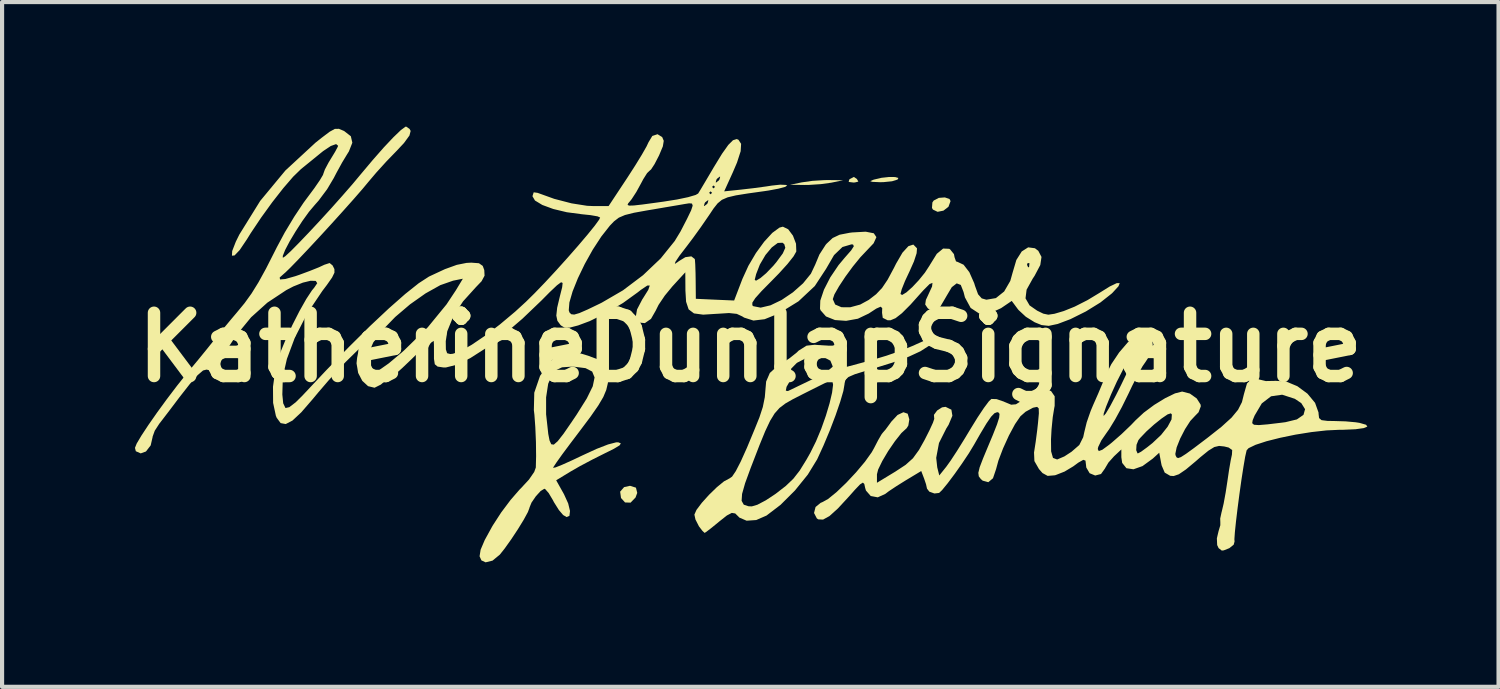
<source format=kicad_pcb>
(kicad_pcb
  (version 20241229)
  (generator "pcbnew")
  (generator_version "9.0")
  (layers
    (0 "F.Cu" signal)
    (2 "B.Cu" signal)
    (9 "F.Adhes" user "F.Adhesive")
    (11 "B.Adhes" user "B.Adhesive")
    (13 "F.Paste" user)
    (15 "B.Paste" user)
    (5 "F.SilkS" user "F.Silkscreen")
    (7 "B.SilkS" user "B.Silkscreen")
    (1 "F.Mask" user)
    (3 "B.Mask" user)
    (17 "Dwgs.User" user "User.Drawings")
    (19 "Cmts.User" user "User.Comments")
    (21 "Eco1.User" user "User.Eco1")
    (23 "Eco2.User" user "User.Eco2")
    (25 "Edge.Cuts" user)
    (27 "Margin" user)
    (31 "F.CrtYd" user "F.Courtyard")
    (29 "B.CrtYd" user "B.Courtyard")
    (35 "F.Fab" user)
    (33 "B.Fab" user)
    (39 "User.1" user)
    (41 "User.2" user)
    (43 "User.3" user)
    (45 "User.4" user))
  (footprint "KatherineDunlapSignature"
    (layer "F.Cu")
    (at 15.03 5.321)
    (property "Reference" "KatherineDunlapSignature" (at 0 0 0) (layer "F.SilkS") (effects (font (size 1.524 1.524) (thickness 0.3))))
    (attr board_only exclude_from_pos_files exclude_from_bom)
    (fp_poly (pts (xy 2.568 -4.058) (xy 2.603 -3.995) (xy 2.517 -3.974) (xy 2.483 -3.973) (xy 2.37 -3.987) (xy 2.382 -4.041) (xy 2.398 -4.058) (xy 2.495 -4.107)) (stroke (width 0) (type solid)) (fill yes) (layer "F.SilkS"))
    (fp_poly (pts (xy -2.756 3.38) (xy -2.725 3.506) (xy -2.766 3.617) (xy -2.886 3.741) (xy -3.019 3.736) (xy -3.116 3.629) (xy -3.137 3.476) (xy -3.042 3.367) (xy -2.899 3.335)) (stroke (width 0) (type solid)) (fill yes) (layer "F.SilkS"))
    (fp_poly (pts (xy 2.235 -4.028) (xy 1.951 -3.969) (xy 1.699 -3.934) (xy 1.407 -3.915) (xy 1.313 -3.914) (xy 0.958 -3.919) (xy 1.242 -3.977) (xy 1.494 -4.013) (xy 1.786 -4.031) (xy 1.88 -4.032)) (stroke (width 0) (type solid)) (fill yes) (layer "F.SilkS"))
    (fp_poly (pts (xy 4.799 -3.576) (xy 4.825 -3.526) (xy 4.774 -3.388) (xy 4.653 -3.295) (xy 4.512 -3.267) (xy 4.4 -3.321) (xy 4.377 -3.361) (xy 4.387 -3.493) (xy 4.419 -3.539) (xy 4.541 -3.603) (xy 4.688 -3.614)) (stroke (width 0) (type solid)) (fill yes) (layer "F.SilkS"))
    (fp_poly (pts (xy 3.488 -4.105) (xy 3.568 -4.083) (xy 3.547 -4.044) (xy 3.414 -4.003) (xy 3.206 -3.982) (xy 3.122 -3.981) (xy 2.942 -3.989) (xy 2.89 -4.005) (xy 2.956 -4.036) (xy 2.98 -4.044) (xy 3.158 -4.086) (xy 3.34 -4.106)) (stroke (width 0) (type solid)) (fill yes) (layer "F.SilkS"))
    (fp_poly (pts (xy -4.108 0.14) (xy -3.91 0.2) (xy -3.635 0.304) (xy -3.479 0.424) (xy -3.418 0.592) (xy -3.43 0.84) (xy -3.435 0.871) (xy -3.472 1.027) (xy -3.543 1.196) (xy -3.665 1.402) (xy -3.849 1.667) (xy -4.111 2.017) (xy -4.119 2.027) (xy -4.342 2.322) (xy -4.532 2.577) (xy -4.671 2.772) (xy -4.745 2.884) (xy -4.754 2.902) (xy -4.694 2.892) (xy -4.534 2.828) (xy -4.298 2.722) (xy -4.049 2.604) (xy -3.706 2.446) (xy -3.427 2.338) (xy -3.234 2.288) (xy -3.18 2.288) (xy -3.12 2.313) (xy -3.151 2.361) (xy -3.287 2.443) (xy -3.512 2.555) (xy -3.811 2.705) (xy -4.112 2.865) (xy -4.343 2.998) (xy -4.678 3.202) (xy -4.49 3.538) (xy -4.389 3.76) (xy -4.345 3.942) (xy -4.359 4.059) (xy -4.428 4.088) (xy -4.511 4.039) (xy -4.613 3.919) (xy -4.73 3.733) (xy -4.76 3.676) (xy -4.859 3.51) (xy -4.942 3.415) (xy -4.963 3.406) (xy -5.052 3.46) (xy -5.168 3.587) (xy -5.271 3.737) (xy -5.321 3.857) (xy -5.321 3.865) (xy -5.36 3.968) (xy -5.46 4.152) (xy -5.601 4.382) (xy -5.761 4.624) (xy -5.919 4.846) (xy -6.036 4.993) (xy -6.212 5.138) (xy -6.379 5.179) (xy -6.48 5.132) (xy -6.524 5.033) (xy -6.499 4.875) (xy -6.4 4.642) (xy -6.221 4.316) (xy -6.2 4.281) (xy -6.003 3.977) (xy -5.777 3.676) (xy -5.565 3.431) (xy -5.526 3.392) (xy -5.335 3.186) (xy -5.208 3.002) (xy -5.169 2.895) (xy -5.162 2.621) (xy -5.166 2.276) (xy -5.181 1.922) (xy -5.203 1.62) (xy -5.204 1.613) (xy -4.921 1.613) (xy -4.87 2.074) (xy -4.87 2.08) (xy -4.838 2.243) (xy -4.797 2.334) (xy -4.736 2.343) (xy -4.642 2.261) (xy -4.501 2.081) (xy -4.303 1.794) (xy -4.183 1.616) (xy -3.941 1.23) (xy -3.797 0.937) (xy -3.753 0.724) (xy -3.811 0.582) (xy -3.971 0.5) (xy -4.235 0.467) (xy -4.319 0.465) (xy -4.537 0.48) (xy -4.679 0.548) (xy -4.775 0.655) (xy -4.871 0.876) (xy -4.921 1.204) (xy -4.921 1.613) (xy -5.204 1.613) (xy -5.216 1.511) (xy -5.206 1.091) (xy -5.067 0.686) (xy -4.82 0.342) (xy -4.657 0.186) (xy -4.511 0.104) (xy -4.342 0.091)) (stroke (width 0) (type solid)) (fill yes) (layer "F.SilkS"))
    (fp_poly (pts (xy 4.467 -0.215) (xy 4.404 -0.127) (xy 4.295 -0.032) (xy 4.1 0.093) (xy 3.817 0.224) (xy 3.43 0.365) (xy 2.924 0.523) (xy 2.785 0.564) (xy 2.52 0.646) (xy 2.365 0.713) (xy 2.291 0.781) (xy 2.271 0.869) (xy 2.27 0.884) (xy 2.242 1.049) (xy 2.166 1.31) (xy 2.054 1.637) (xy 1.916 1.999) (xy 1.764 2.362) (xy 1.611 2.696) (xy 1.385 3.065) (xy 1.076 3.447) (xy 0.728 3.794) (xy 0.39 4.052) (xy 0.142 4.16) (xy -0.09 4.176) (xy -0.264 4.101) (xy -0.284 4.08) (xy -0.364 4.001) (xy -0.447 3.988) (xy -0.565 4.05) (xy -0.752 4.198) (xy -0.78 4.222) (xy -0.949 4.359) (xy -1.067 4.449) (xy -1.102 4.47) (xy -1.156 4.419) (xy -1.238 4.312) (xy -1.322 4.147) (xy -1.348 4.029) (xy -1.298 3.916) (xy -1.17 3.746) (xy -1.126 3.697) (xy -0.21 3.697) (xy -0.158 3.79) (xy -0.043 3.828) (xy 0.036 3.831) (xy 0.171 3.791) (xy 0.374 3.684) (xy 0.603 3.533) (xy 0.615 3.524) (xy 0.855 3.338) (xy 1.035 3.166) (xy 1.189 2.969) (xy 1.353 2.704) (xy 1.446 2.539) (xy 1.582 2.265) (xy 1.71 1.958) (xy 1.821 1.644) (xy 1.91 1.346) (xy 1.97 1.09) (xy 1.994 0.898) (xy 1.974 0.797) (xy 1.933 0.792) (xy 1.851 0.833) (xy 1.672 0.922) (xy 1.426 1.045) (xy 1.251 1.133) (xy 1.022 1.25) (xy 0.844 1.352) (xy 0.703 1.459) (xy 0.585 1.592) (xy 0.475 1.772) (xy 0.359 2.018) (xy 0.223 2.35) (xy 0.053 2.79) (xy 0.008 2.906) (xy -0.126 3.273) (xy -0.199 3.531) (xy -0.21 3.697) (xy -1.126 3.697) (xy -0.996 3.553) (xy -0.807 3.369) (xy -0.635 3.228) (xy -0.512 3.162) (xy -0.508 3.161) (xy -0.44 3.114) (xy -0.35 2.981) (xy -0.232 2.752) (xy -0.081 2.417) (xy 0.107 1.964) (xy 0.22 1.684) (xy 0.301 1.436) (xy 0.349 1.199) (xy 0.356 1.117) (xy 0.362 1.043) (xy 0.855 1.043) (xy 0.905 1.052) (xy 0.99 1.012) (xy 1.168 0.926) (xy 1.405 0.812) (xy 1.471 0.78) (xy 1.71 0.656) (xy 1.89 0.546) (xy 1.98 0.47) (xy 1.985 0.458) (xy 1.929 0.32) (xy 1.778 0.239) (xy 1.57 0.218) (xy 1.342 0.259) (xy 1.132 0.367) (xy 1.11 0.384) (xy 0.984 0.513) (xy 0.979 0.593) (xy 0.986 0.599) (xy 1.021 0.678) (xy 0.959 0.801) (xy 0.873 0.95) (xy 0.855 1.043) (xy 0.362 1.043) (xy 0.381 0.822) (xy 0.47 0.616) (xy 0.647 0.455) (xy 0.735 0.4) (xy 0.944 0.262) (xy 1.12 0.122) (xy 1.164 0.078) (xy 1.355 -0.042) (xy 1.554 -0.064) (xy 1.867 -0.036) (xy 2.069 0.036) (xy 2.186 0.165) (xy 2.223 0.26) (xy 2.286 0.478) (xy 2.934 0.304) (xy 3.283 0.199) (xy 3.638 0.075) (xy 3.935 -0.046) (xy 4.003 -0.078) (xy 4.258 -0.191) (xy 4.415 -0.237)) (stroke (width 0) (type solid)) (fill yes) (layer "F.SilkS"))
    (fp_poly (pts (xy 9.583 -0.281) (xy 9.682 -0.197) (xy 9.696 -0.064) (xy 9.681 0.019) (xy 9.613 0.211) (xy 9.525 0.347) (xy 9.451 0.454) (xy 9.338 0.658) (xy 9.202 0.925) (xy 9.11 1.119) (xy 8.954 1.435) (xy 8.792 1.733) (xy 8.648 1.969) (xy 8.586 2.056) (xy 8.459 2.24) (xy 8.383 2.398) (xy 8.372 2.449) (xy 8.396 2.498) (xy 8.481 2.467) (xy 8.645 2.347) (xy 8.707 2.297) (xy 8.942 2.092) (xy 9.173 1.871) (xy 9.282 1.757) (xy 9.481 1.572) (xy 9.731 1.386) (xy 9.995 1.224) (xy 10.233 1.108) (xy 10.405 1.064) (xy 10.405 1.064) (xy 10.591 1.112) (xy 10.756 1.23) (xy 10.849 1.376) (xy 10.855 1.419) (xy 10.801 1.563) (xy 10.717 1.649) (xy 10.602 1.772) (xy 10.475 1.969) (xy 10.358 2.196) (xy 10.273 2.409) (xy 10.241 2.565) (xy 10.246 2.599) (xy 10.27 2.649) (xy 10.307 2.667) (xy 10.376 2.643) (xy 10.498 2.565) (xy 10.692 2.424) (xy 10.976 2.209) (xy 11.013 2.181) (xy 11.355 1.911) (xy 11.448 1.826) (xy 12.093 1.826) (xy 12.136 1.864) (xy 12.253 1.872) (xy 12.466 1.854) (xy 12.794 1.815) (xy 12.894 1.802) (xy 13.17 1.735) (xy 13.329 1.625) (xy 13.367 1.489) (xy 13.276 1.343) (xy 13.121 1.239) (xy 12.815 1.14) (xy 12.548 1.178) (xy 12.324 1.35) (xy 12.151 1.643) (xy 12.105 1.754) (xy 12.093 1.826) (xy 11.448 1.826) (xy 11.595 1.693) (xy 11.752 1.503) (xy 11.846 1.319) (xy 11.894 1.126) (xy 11.967 0.87) (xy 12.082 0.748) (xy 12.239 0.762) (xy 12.26 0.773) (xy 12.421 0.811) (xy 12.631 0.807) (xy 12.65 0.805) (xy 12.91 0.822) (xy 13.181 0.935) (xy 13.425 1.115) (xy 13.608 1.336) (xy 13.691 1.568) (xy 13.693 1.606) (xy 13.705 1.703) (xy 13.764 1.753) (xy 13.905 1.771) (xy 14.075 1.774) (xy 14.341 1.782) (xy 14.585 1.804) (xy 14.677 1.818) (xy 14.837 1.864) (xy 14.868 1.908) (xy 14.779 1.945) (xy 14.583 1.972) (xy 14.29 1.985) (xy 14.203 1.985) (xy 13.882 2) (xy 13.518 2.041) (xy 13.137 2.102) (xy 12.768 2.178) (xy 12.438 2.261) (xy 12.175 2.347) (xy 12.006 2.428) (xy 11.959 2.48) (xy 11.924 2.633) (xy 11.882 2.879) (xy 11.834 3.188) (xy 11.786 3.53) (xy 11.741 3.874) (xy 11.703 4.191) (xy 11.676 4.451) (xy 11.664 4.623) (xy 11.668 4.677) (xy 11.647 4.754) (xy 11.542 4.838) (xy 11.407 4.891) (xy 11.361 4.896) (xy 11.284 4.837) (xy 11.249 4.763) (xy 11.242 4.601) (xy 11.281 4.434) (xy 11.325 4.285) (xy 11.325 4.206) (xy 11.322 4.124) (xy 11.356 3.967) (xy 11.361 3.95) (xy 11.405 3.763) (xy 11.454 3.495) (xy 11.495 3.228) (xy 11.535 2.956) (xy 11.575 2.723) (xy 11.605 2.582) (xy 11.611 2.473) (xy 11.526 2.413) (xy 11.419 2.387) (xy 11.295 2.374) (xy 11.18 2.401) (xy 11.04 2.487) (xy 10.844 2.646) (xy 10.738 2.739) (xy 10.496 2.941) (xy 10.326 3.057) (xy 10.2 3.1) (xy 10.117 3.094) (xy 9.985 3.017) (xy 9.911 2.844) (xy 9.901 2.795) (xy 9.853 2.538) (xy 9.698 2.679) (xy 9.45 2.86) (xy 9.232 2.937) (xy 9.062 2.911) (xy 8.96 2.783) (xy 8.94 2.646) (xy 8.94 2.476) (xy 9.298 2.476) (xy 9.329 2.551) (xy 9.34 2.554) (xy 9.416 2.513) (xy 9.563 2.406) (xy 9.69 2.305) (xy 9.898 2.109) (xy 10.056 1.91) (xy 10.149 1.736) (xy 10.157 1.616) (xy 10.133 1.589) (xy 10.055 1.614) (xy 9.91 1.713) (xy 9.729 1.858) (xy 9.546 2.023) (xy 9.394 2.182) (xy 9.351 2.235) (xy 9.306 2.347) (xy 9.298 2.476) (xy 8.94 2.476) (xy 8.94 2.459) (xy 8.764 2.624) (xy 8.629 2.775) (xy 8.549 2.91) (xy 8.548 2.914) (xy 8.45 3.051) (xy 8.31 3.087) (xy 8.176 3.032) (xy 8.095 2.894) (xy 8.088 2.829) (xy 8.076 2.728) (xy 8.023 2.709) (xy 7.903 2.777) (xy 7.782 2.866) (xy 7.572 2.992) (xy 7.356 3.077) (xy 7.334 3.082) (xy 7.164 3.096) (xy 7.04 3.028) (xy 6.955 2.931) (xy 6.845 2.739) (xy 6.836 2.532) (xy 6.844 2.483) (xy 6.877 2.269) (xy 6.913 1.991) (xy 6.932 1.819) (xy 6.953 1.588) (xy 6.949 1.469) (xy 6.91 1.433) (xy 6.827 1.45) (xy 6.808 1.455) (xy 6.633 1.55) (xy 6.509 1.659) (xy 6.379 1.848) (xy 6.231 2.123) (xy 6.09 2.433) (xy 5.977 2.73) (xy 5.921 2.935) (xy 5.847 3.153) (xy 5.735 3.248) (xy 5.599 3.211) (xy 5.554 3.172) (xy 5.505 3.107) (xy 5.494 3.023) (xy 5.526 2.889) (xy 5.607 2.677) (xy 5.693 2.47) (xy 5.845 2.107) (xy 5.945 1.853) (xy 5.996 1.692) (xy 6.005 1.602) (xy 5.977 1.566) (xy 5.947 1.561) (xy 5.883 1.586) (xy 5.802 1.67) (xy 5.69 1.833) (xy 5.535 2.092) (xy 5.393 2.341) (xy 5.266 2.551) (xy 5.101 2.798) (xy 4.924 3.049) (xy 4.756 3.273) (xy 4.621 3.438) (xy 4.549 3.507) (xy 4.436 3.52) (xy 4.313 3.476) (xy 4.257 3.403) (xy 4.234 3.298) (xy 4.188 3.162) (xy 4.118 2.979) (xy 3.744 3.204) (xy 3.523 3.342) (xy 3.338 3.465) (xy 3.252 3.53) (xy 3.071 3.613) (xy 2.901 3.581) (xy 2.786 3.449) (xy 2.767 3.386) (xy 2.746 3.29) (xy 2.712 3.258) (xy 2.644 3.301) (xy 2.52 3.431) (xy 2.38 3.589) (xy 2.11 3.881) (xy 1.906 4.065) (xy 1.753 4.149) (xy 1.639 4.144) (xy 1.603 4.121) (xy 1.535 3.99) (xy 1.572 3.845) (xy 1.698 3.743) (xy 1.727 3.733) (xy 1.873 3.653) (xy 2.077 3.487) (xy 2.311 3.263) (xy 2.548 3.01) (xy 2.762 2.755) (xy 2.925 2.527) (xy 2.979 2.431) (xy 3.081 2.234) (xy 3.161 2.096) (xy 3.19 2.058) (xy 3.257 1.981) (xy 3.365 1.835) (xy 3.396 1.791) (xy 3.548 1.628) (xy 3.689 1.562) (xy 3.792 1.598) (xy 3.831 1.734) (xy 3.807 1.883) (xy 3.766 1.948) (xy 3.64 2.064) (xy 3.484 2.261) (xy 3.321 2.499) (xy 3.179 2.739) (xy 3.08 2.943) (xy 3.051 3.057) (xy 3.051 3.262) (xy 3.494 2.993) (xy 3.742 2.83) (xy 3.918 2.672) (xy 4.064 2.471) (xy 4.198 2.232) (xy 4.317 1.997) (xy 4.4 1.816) (xy 4.433 1.719) (xy 4.431 1.712) (xy 4.424 1.625) (xy 4.501 1.521) (xy 4.619 1.445) (xy 4.704 1.432) (xy 4.845 1.501) (xy 4.869 1.647) (xy 4.777 1.866) (xy 4.724 1.95) (xy 4.546 2.304) (xy 4.479 2.661) (xy 4.504 2.891) (xy 4.553 3.086) (xy 4.722 2.875) (xy 4.828 2.727) (xy 4.982 2.492) (xy 5.161 2.204) (xy 5.301 1.972) (xy 5.474 1.691) (xy 5.629 1.458) (xy 5.748 1.299) (xy 5.809 1.242) (xy 5.934 1.246) (xy 6.109 1.306) (xy 6.125 1.314) (xy 6.286 1.381) (xy 6.4 1.371) (xy 6.525 1.293) (xy 6.831 1.105) (xy 7.074 1.024) (xy 7.245 1.05) (xy 7.334 1.179) (xy 7.333 1.409) (xy 7.323 1.46) (xy 7.287 1.682) (xy 7.258 1.975) (xy 7.245 2.217) (xy 7.248 2.505) (xy 7.293 2.663) (xy 7.393 2.701) (xy 7.567 2.627) (xy 7.739 2.515) (xy 7.927 2.352) (xy 8.021 2.164) (xy 8.047 2.044) (xy 8.105 1.807) (xy 8.158 1.653) (xy 8.513 1.653) (xy 8.565 1.593) (xy 8.666 1.424) (xy 8.813 1.147) (xy 8.934 0.905) (xy 9.073 0.617) (xy 9.182 0.378) (xy 9.249 0.217) (xy 9.264 0.159) (xy 9.205 0.187) (xy 9.105 0.323) (xy 8.976 0.543) (xy 8.832 0.825) (xy 8.693 1.131) (xy 8.573 1.426) (xy 8.514 1.598) (xy 8.513 1.653) (xy 8.158 1.653) (xy 8.202 1.528) (xy 8.259 1.392) (xy 8.385 1.106) (xy 8.511 0.804) (xy 8.558 0.686) (xy 8.697 0.406) (xy 8.887 0.122) (xy 9.094 -0.12) (xy 9.285 -0.278) (xy 9.301 -0.287) (xy 9.483 -0.319)) (stroke (width 0) (type solid)) (fill yes) (layer "F.SilkS"))
    (fp_poly (pts (xy -8.212 -5.265) (xy -8.185 -5.216) (xy -8.214 -5.105) (xy -8.346 -4.924) (xy -8.53 -4.728) (xy -8.77 -4.48) (xy -9.014 -4.211) (xy -9.193 -4) (xy -9.348 -3.814) (xy -9.564 -3.566) (xy -9.822 -3.277) (xy -10.104 -2.965) (xy -10.39 -2.653) (xy -10.663 -2.36) (xy -10.903 -2.107) (xy -11.091 -1.914) (xy -11.208 -1.801) (xy -11.225 -1.787) (xy -11.341 -1.684) (xy -11.332 -1.637) (xy -11.204 -1.648) (xy -10.964 -1.716) (xy -10.873 -1.747) (xy -10.614 -1.843) (xy -10.394 -1.931) (xy -10.261 -1.993) (xy -10.26 -1.993) (xy -10.137 -2.033) (xy -10.066 -1.975) (xy -10.022 -1.887) (xy -10.021 -1.801) (xy -10.078 -1.684) (xy -10.203 -1.505) (xy -10.313 -1.36) (xy -10.677 -0.818) (xy -10.978 -0.228) (xy -11.167 0.279) (xy -11.232 0.564) (xy -11.269 0.862) (xy -11.277 1.135) (xy -11.256 1.347) (xy -11.202 1.459) (xy -11.199 1.461) (xy -11.108 1.44) (xy -10.954 1.322) (xy -10.795 1.164) (xy -10.217 0.549) (xy -9.67 -0.013) (xy -9.165 -0.513) (xy -8.709 -0.941) (xy -8.315 -1.288) (xy -7.991 -1.546) (xy -7.746 -1.705) (xy -7.726 -1.715) (xy -7.358 -1.886) (xy -7.073 -1.989) (xy -6.838 -2.036) (xy -6.722 -2.042) (xy -6.539 -2.028) (xy -6.448 -1.964) (xy -6.411 -1.864) (xy -6.404 -1.728) (xy -6.476 -1.594) (xy -6.612 -1.452) (xy -6.923 -1.108) (xy -7.159 -0.742) (xy -7.303 -0.388) (xy -7.339 -0.149) (xy -7.336 0.049) (xy -7.306 0.14) (xy -7.23 0.16) (xy -7.166 0.153) (xy -6.978 0.087) (xy -6.712 -0.064) (xy -6.389 -0.283) (xy -6.033 -0.554) (xy -5.666 -0.862) (xy -5.406 -1.1) (xy -5.194 -1.309) (xy -4.944 -1.569) (xy -4.675 -1.859) (xy -4.403 -2.161) (xy -4.147 -2.453) (xy -3.923 -2.717) (xy -3.749 -2.932) (xy -3.643 -3.078) (xy -3.619 -3.13) (xy -3.683 -3.158) (xy -3.851 -3.187) (xy -4.062 -3.209) (xy -4.422 -3.257) (xy -4.748 -3.335) (xy -5.012 -3.432) (xy -5.189 -3.539) (xy -5.25 -3.643) (xy -5.22 -3.737) (xy -5.126 -3.724) (xy -4.723 -3.579) (xy -4.307 -3.471) (xy -3.933 -3.412) (xy -3.794 -3.406) (xy -3.415 -3.406) (xy -2.958 -4.097) (xy -2.772 -4.386) (xy -2.614 -4.644) (xy -2.501 -4.842) (xy -2.454 -4.942) (xy -2.362 -5.095) (xy -2.236 -5.137) (xy -2.124 -5.068) (xy -2.086 -4.978) (xy -2.108 -4.844) (xy -2.198 -4.629) (xy -2.207 -4.611) (xy -2.308 -4.416) (xy -2.392 -4.288) (xy -2.428 -4.257) (xy -2.488 -4.199) (xy -2.58 -4.053) (xy -2.632 -3.955) (xy -2.747 -3.745) (xy -2.859 -3.573) (xy -2.893 -3.53) (xy -2.943 -3.471) (xy -2.958 -3.433) (xy -2.919 -3.416) (xy -2.806 -3.42) (xy -2.601 -3.443) (xy -2.283 -3.486) (xy -2.088 -3.513) (xy -1.766 -3.564) (xy -1.499 -3.62) (xy -1.319 -3.673) (xy -1.257 -3.708) (xy -1.247 -3.725) (xy -0.993 -3.725) (xy -0.958 -3.689) (xy -0.922 -3.725) (xy -0.958 -3.76) (xy -0.993 -3.725) (xy -1.247 -3.725) (xy -1.197 -3.806) (xy -1.161 -3.867) (xy -0.922 -3.867) (xy -0.887 -3.831) (xy -0.851 -3.867) (xy -0.887 -3.902) (xy -0.922 -3.867) (xy -1.161 -3.867) (xy -1.095 -3.978) (xy -0.834 -3.978) (xy -0.824 -3.973) (xy -0.76 -4.023) (xy -0.745 -4.044) (xy -0.727 -4.11) (xy -0.737 -4.115) (xy -0.801 -4.065) (xy -0.816 -4.044) (xy -0.834 -3.978) (xy -1.095 -3.978) (xy -1.086 -3.993) (xy -0.943 -4.235) (xy -0.882 -4.339) (xy -0.682 -4.666) (xy -0.531 -4.879) (xy -0.418 -4.992) (xy -0.329 -5.02) (xy -0.287 -5.004) (xy -0.222 -4.906) (xy -0.233 -4.727) (xy -0.321 -4.454) (xy -0.421 -4.22) (xy -0.63 -3.76) (xy -0.226 -3.802) (xy 0.077 -3.837) (xy 0.388 -3.879) (xy 0.516 -3.899) (xy 0.719 -3.921) (xy 0.857 -3.915) (xy 0.888 -3.901) (xy 0.839 -3.868) (xy 0.679 -3.825) (xy 0.439 -3.78) (xy 0.336 -3.765) (xy -0.063 -3.709) (xy -0.349 -3.663) (xy -0.547 -3.616) (xy -0.685 -3.556) (xy -0.788 -3.471) (xy -0.884 -3.35) (xy -0.998 -3.18) (xy -1.007 -3.167) (xy -1.191 -2.9) (xy -1.382 -2.635) (xy -1.523 -2.448) (xy -1.706 -2.21) (xy -1.805 -2.062) (xy -1.819 -2.011) (xy -1.742 -2.062) (xy -1.727 -2.075) (xy -1.566 -2.174) (xy -1.422 -2.194) (xy -1.34 -2.131) (xy -1.335 -2.111) (xy -1.327 -1.996) (xy -1.32 -1.789) (xy -1.317 -1.596) (xy -1.313 -1.171) (xy -0.851 -1.15) (xy -0.39 -1.13) (xy -0.199 -1.629) (xy 0.106 -1.629) (xy 0.137 -1.607) (xy 0.243 -1.67) (xy 0.383 -1.789) (xy 0.554 -1.967) (xy 0.627 -2.054) (xy 0.782 -2.264) (xy 0.843 -2.4) (xy 0.818 -2.488) (xy 0.775 -2.522) (xy 0.661 -2.517) (xy 0.517 -2.409) (xy 0.365 -2.227) (xy 0.23 -1.997) (xy 0.14 -1.766) (xy 0.106 -1.629) (xy -0.199 -1.629) (xy -0.189 -1.654) (xy -0.046 -1.967) (xy 0.135 -2.274) (xy 0.334 -2.547) (xy 0.53 -2.76) (xy 0.701 -2.886) (xy 0.784 -2.909) (xy 0.912 -2.847) (xy 1.027 -2.693) (xy 1.101 -2.499) (xy 1.108 -2.315) (xy 1.106 -2.307) (xy 1.041 -2.193) (xy 0.895 -2.009) (xy 0.692 -1.785) (xy 0.515 -1.604) (xy 0.271 -1.357) (xy 0.119 -1.187) (xy 0.049 -1.079) (xy 0.048 -1.015) (xy 0.071 -0.993) (xy 0.249 -0.958) (xy 0.486 -1.014) (xy 0.754 -1.143) (xy 1.025 -1.326) (xy 1.27 -1.543) (xy 1.459 -1.775) (xy 1.563 -1.994) (xy 1.665 -2.239) (xy 1.815 -2.472) (xy 1.838 -2.499) (xy 1.984 -2.636) (xy 2.151 -2.715) (xy 2.392 -2.762) (xy 2.455 -2.77) (xy 2.78 -2.788) (xy 2.975 -2.75) (xy 3.038 -2.657) (xy 2.971 -2.509) (xy 2.807 -2.336) (xy 2.651 -2.171) (xy 2.471 -1.95) (xy 2.291 -1.705) (xy 2.136 -1.47) (xy 2.026 -1.277) (xy 1.987 -1.162) (xy 2.045 -1.033) (xy 2.196 -0.968) (xy 2.408 -0.967) (xy 2.647 -1.032) (xy 2.853 -1.144) (xy 3.031 -1.281) (xy 3.174 -1.432) (xy 3.308 -1.631) (xy 3.461 -1.916) (xy 3.512 -2.018) (xy 3.666 -2.283) (xy 3.809 -2.439) (xy 3.928 -2.478) (xy 4.012 -2.392) (xy 4.016 -2.384) (xy 4.007 -2.269) (xy 3.943 -2.072) (xy 3.838 -1.836) (xy 3.838 -1.836) (xy 3.727 -1.599) (xy 3.648 -1.401) (xy 3.618 -1.287) (xy 3.658 -1.263) (xy 3.761 -1.326) (xy 3.903 -1.453) (xy 4.059 -1.619) (xy 4.206 -1.8) (xy 4.319 -1.973) (xy 4.329 -1.991) (xy 4.493 -2.255) (xy 4.646 -2.382) (xy 4.791 -2.376) (xy 4.813 -2.363) (xy 4.907 -2.247) (xy 4.921 -2.172) (xy 4.956 -2.073) (xy 4.999 -2.058) (xy 5.139 -1.992) (xy 5.277 -1.813) (xy 5.394 -1.549) (xy 5.414 -1.483) (xy 5.488 -1.28) (xy 5.576 -1.181) (xy 5.688 -1.149) (xy 5.917 -1.188) (xy 6.116 -1.347) (xy 6.264 -1.602) (xy 6.321 -1.805) (xy 6.375 -1.987) (xy 6.669 -1.987) (xy 6.695 -1.928) (xy 6.717 -1.939) (xy 6.725 -2.023) (xy 6.717 -2.034) (xy 6.674 -2.024) (xy 6.669 -1.987) (xy 6.375 -1.987) (xy 6.41 -2.106) (xy 6.54 -2.312) (xy 6.695 -2.411) (xy 6.858 -2.389) (xy 6.939 -2.327) (xy 7.016 -2.18) (xy 6.987 -1.985) (xy 6.849 -1.724) (xy 6.805 -1.658) (xy 6.657 -1.391) (xy 6.631 -1.182) (xy 6.729 -1.012) (xy 6.912 -0.885) (xy 7.06 -0.813) (xy 7.18 -0.788) (xy 7.328 -0.81) (xy 7.552 -0.876) (xy 7.815 -0.982) (xy 8.124 -1.139) (xy 8.407 -1.31) (xy 8.661 -1.468) (xy 8.828 -1.548) (xy 8.901 -1.549) (xy 8.871 -1.473) (xy 8.73 -1.319) (xy 8.706 -1.296) (xy 8.435 -1.082) (xy 8.085 -0.866) (xy 7.714 -0.681) (xy 7.407 -0.565) (xy 7.191 -0.519) (xy 7.018 -0.538) (xy 6.851 -0.606) (xy 6.639 -0.738) (xy 6.463 -0.901) (xy 6.443 -0.926) (xy 6.299 -1.12) (xy 6.041 -0.945) (xy 5.758 -0.815) (xy 5.51 -0.819) (xy 5.309 -0.951) (xy 5.171 -1.205) (xy 5.138 -1.334) (xy 5.071 -1.505) (xy 4.973 -1.543) (xy 4.854 -1.451) (xy 4.724 -1.232) (xy 4.721 -1.226) (xy 4.579 -0.984) (xy 4.442 -0.882) (xy 4.307 -0.917) (xy 4.273 -0.946) (xy 4.214 -1.034) (xy 4.23 -1.144) (xy 4.286 -1.265) (xy 4.379 -1.467) (xy 4.389 -1.555) (xy 4.319 -1.526) (xy 4.173 -1.38) (xy 4.132 -1.335) (xy 3.859 -1.03) (xy 3.653 -0.824) (xy 3.499 -0.704) (xy 3.379 -0.654) (xy 3.31 -0.653) (xy 3.191 -0.712) (xy 3.174 -0.834) (xy 3.178 -0.947) (xy 3.14 -0.981) (xy 3.035 -0.935) (xy 2.853 -0.816) (xy 2.591 -0.691) (xy 2.308 -0.64) (xy 2.04 -0.659) (xy 1.823 -0.746) (xy 1.692 -0.895) (xy 1.679 -0.933) (xy 1.686 -1.128) (xy 1.774 -1.39) (xy 1.926 -1.687) (xy 2.126 -1.983) (xy 2.273 -2.159) (xy 2.43 -2.338) (xy 2.494 -2.438) (xy 2.475 -2.479) (xy 2.437 -2.483) (xy 2.22 -2.419) (xy 2.017 -2.224) (xy 1.825 -1.893) (xy 1.553 -1.478) (xy 1.16 -1.11) (xy 0.683 -0.816) (xy 0.344 -0.679) (xy 0.075 -0.647) (xy -0.149 -0.718) (xy -0.195 -0.747) (xy -0.327 -0.808) (xy -0.513 -0.828) (xy -0.796 -0.81) (xy -0.802 -0.81) (xy -1.137 -0.789) (xy -1.358 -0.819) (xy -1.487 -0.917) (xy -1.548 -1.101) (xy -1.564 -1.368) (xy -1.567 -1.809) (xy -1.879 -1.469) (xy -2.061 -1.248) (xy -2.211 -1.025) (xy -2.281 -0.884) (xy -2.394 -0.687) (xy -2.541 -0.585) (xy -2.69 -0.599) (xy -2.695 -0.603) (xy -2.763 -0.721) (xy -2.73 -0.914) (xy -2.602 -1.16) (xy -2.59 -1.177) (xy -2.459 -1.387) (xy -2.423 -1.491) (xy -2.483 -1.49) (xy -2.639 -1.385) (xy -2.714 -1.326) (xy -3.067 -1.071) (xy -3.47 -0.83) (xy -3.869 -0.634) (xy -4.15 -0.529) (xy -4.354 -0.476) (xy -4.475 -0.475) (xy -4.562 -0.528) (xy -4.575 -0.541) (xy -4.649 -0.641) (xy -4.675 -0.767) (xy -4.661 -0.894) (xy -4.375 -0.894) (xy -4.358 -0.842) (xy -4.315 -0.799) (xy -4.243 -0.791) (xy -4.119 -0.827) (xy -3.919 -0.914) (xy -3.62 -1.058) (xy -3.58 -1.078) (xy -3.069 -1.375) (xy -2.585 -1.74) (xy -2.159 -2.145) (xy -1.823 -2.562) (xy -1.682 -2.794) (xy -1.524 -3.1) (xy -1.427 -3.301) (xy -1.391 -3.41) (xy -1.118 -3.41) (xy -1.108 -3.406) (xy -1.043 -3.456) (xy -1.029 -3.477) (xy -1.011 -3.543) (xy -1.02 -3.547) (xy -1.085 -3.498) (xy -1.1 -3.477) (xy -1.118 -3.41) (xy -1.391 -3.41) (xy -1.389 -3.416) (xy -1.406 -3.466) (xy -1.475 -3.472) (xy -1.577 -3.456) (xy -1.75 -3.426) (xy -2.017 -3.381) (xy -2.332 -3.327) (xy -2.483 -3.302) (xy -2.804 -3.244) (xy -3.02 -3.19) (xy -3.169 -3.126) (xy -3.285 -3.037) (xy -3.384 -2.934) (xy -3.591 -2.671) (xy -3.797 -2.355) (xy -3.989 -2.011) (xy -4.155 -1.667) (xy -4.283 -1.348) (xy -4.36 -1.082) (xy -4.375 -0.894) (xy -4.661 -0.894) (xy -4.655 -0.955) (xy -4.587 -1.24) (xy -4.581 -1.264) (xy -4.534 -1.449) (xy -4.523 -1.553) (xy -4.56 -1.57) (xy -4.66 -1.496) (xy -4.836 -1.329) (xy -5.034 -1.129) (xy -5.491 -0.692) (xy -5.939 -0.308) (xy -6.363 0.012) (xy -6.748 0.258) (xy -7.077 0.419) (xy -7.337 0.484) (xy -7.398 0.483) (xy -7.536 0.462) (xy -7.603 0.406) (xy -7.623 0.276) (xy -7.623 0.124) (xy -7.624 -0.072) (xy -7.632 -0.194) (xy -7.638 -0.213) (xy -7.693 -0.166) (xy -7.827 -0.042) (xy -8.018 0.141) (xy -8.164 0.284) (xy -8.384 0.494) (xy -8.568 0.659) (xy -8.692 0.76) (xy -8.729 0.78) (xy -8.82 0.825) (xy -8.903 0.896) (xy -9.055 0.972) (xy -9.211 0.934) (xy -9.35 0.806) (xy -9.45 0.615) (xy -9.471 0.488) (xy -9.221 0.488) (xy -9.184 0.584) (xy -9.092 0.607) (xy -8.938 0.543) (xy -8.713 0.385) (xy -8.406 0.128) (xy -8.342 0.071) (xy -7.772 -0.485) (xy -7.321 -1.036) (xy -7.095 -1.377) (xy -6.927 -1.655) (xy -7.162 -1.608) (xy -7.47 -1.5) (xy -7.826 -1.301) (xy -8.2 -1.037) (xy -8.557 -0.733) (xy -8.866 -0.414) (xy -9.086 -0.118) (xy -9.171 0.078) (xy -9.218 0.298) (xy -9.221 0.488) (xy -9.471 0.488) (xy -9.489 0.384) (xy -9.475 0.25) (xy -9.433 0.039) (xy -9.748 0.348) (xy -9.932 0.54) (xy -10.167 0.801) (xy -10.415 1.09) (xy -10.548 1.25) (xy -10.821 1.565) (xy -11.033 1.763) (xy -11.195 1.847) (xy -11.318 1.824) (xy -11.412 1.697) (xy -11.432 1.65) (xy -11.499 1.337) (xy -11.502 0.948) (xy -11.444 0.528) (xy -11.332 0.139) (xy -11.196 -0.191) (xy -11.034 -0.541) (xy -10.863 -0.877) (xy -10.7 -1.166) (xy -10.563 -1.374) (xy -10.509 -1.439) (xy -10.436 -1.547) (xy -10.471 -1.602) (xy -10.594 -1.606) (xy -10.781 -1.561) (xy -11.011 -1.469) (xy -11.182 -1.38) (xy -11.638 -1.078) (xy -12.029 -0.726) (xy -12.386 -0.292) (xy -12.671 0.142) (xy -12.827 0.381) (xy -12.946 0.509) (xy -13.047 0.547) (xy -13.104 0.535) (xy -13.187 0.556) (xy -13.318 0.669) (xy -13.506 0.882) (xy -13.759 1.205) (xy -13.835 1.306) (xy -14.005 1.531) (xy -14.168 1.744) (xy -14.243 1.841) (xy -14.351 2.008) (xy -14.402 2.149) (xy -14.403 2.161) (xy -14.449 2.361) (xy -14.563 2.508) (xy -14.689 2.554) (xy -14.807 2.502) (xy -14.828 2.421) (xy -14.787 2.318) (xy -14.673 2.126) (xy -14.503 1.868) (xy -14.293 1.567) (xy -14.058 1.245) (xy -13.815 0.925) (xy -13.579 0.629) (xy -13.486 0.517) (xy -13.295 0.287) (xy -13.077 0.019) (xy -12.948 -0.143) (xy -12.736 -0.406) (xy -12.502 -0.688) (xy -12.376 -0.837) (xy -12.187 -1.066) (xy -12.019 -1.299) (xy -11.852 -1.568) (xy -11.669 -1.901) (xy -11.451 -2.33) (xy -11.41 -2.412) (xy -11.218 -2.77) (xy -10.99 -3.149) (xy -10.765 -3.487) (xy -10.682 -3.599) (xy -10.508 -3.833) (xy -10.373 -4.029) (xy -10.297 -4.157) (xy -10.288 -4.186) (xy -10.252 -4.286) (xy -10.163 -4.454) (xy -10.11 -4.541) (xy -10.005 -4.714) (xy -9.942 -4.833) (xy -9.933 -4.859) (xy -9.981 -4.899) (xy -10.109 -4.853) (xy -10.291 -4.732) (xy -10.331 -4.7) (xy -10.547 -4.524) (xy -10.78 -4.335) (xy -10.828 -4.296) (xy -11.016 -4.113) (xy -11.254 -3.837) (xy -11.519 -3.499) (xy -11.788 -3.127) (xy -12.039 -2.752) (xy -12.13 -2.605) (xy -12.305 -2.345) (xy -12.428 -2.216) (xy -12.491 -2.21) (xy -12.485 -2.323) (xy -12.398 -2.547) (xy -12.313 -2.719) (xy -11.81 -3.53) (xy -11.203 -4.263) (xy -10.478 -4.933) (xy -10.327 -5.053) (xy -10.136 -5.197) (xy -10.012 -5.265) (xy -9.913 -5.267) (xy -9.797 -5.218) (xy -9.784 -5.211) (xy -9.626 -5.088) (xy -9.59 -4.932) (xy -9.673 -4.722) (xy -9.72 -4.647) (xy -9.835 -4.457) (xy -9.97 -4.211) (xy -10.038 -4.08) (xy -10.198 -3.811) (xy -10.402 -3.538) (xy -10.495 -3.433) (xy -10.635 -3.267) (xy -10.795 -3.045) (xy -10.955 -2.798) (xy -11.1 -2.556) (xy -11.209 -2.348) (xy -11.266 -2.205) (xy -11.265 -2.159) (xy -11.207 -2.196) (xy -11.072 -2.321) (xy -10.877 -2.518) (xy -10.639 -2.767) (xy -10.374 -3.051) (xy -10.098 -3.353) (xy -9.83 -3.654) (xy -9.584 -3.936) (xy -9.403 -4.153) (xy -9.107 -4.505) (xy -8.836 -4.814) (xy -8.602 -5.062) (xy -8.422 -5.235) (xy -8.311 -5.317) (xy -8.294 -5.321)) (stroke (width 0) (type solid)) (fill yes) (layer "F.SilkS")))
  (gr_rect
    (start -3 -3)
    (end 33.059 13.5)
    (stroke (width 0.1) (type default))
    (fill no)
    (layer "Edge.Cuts")))
</source>
